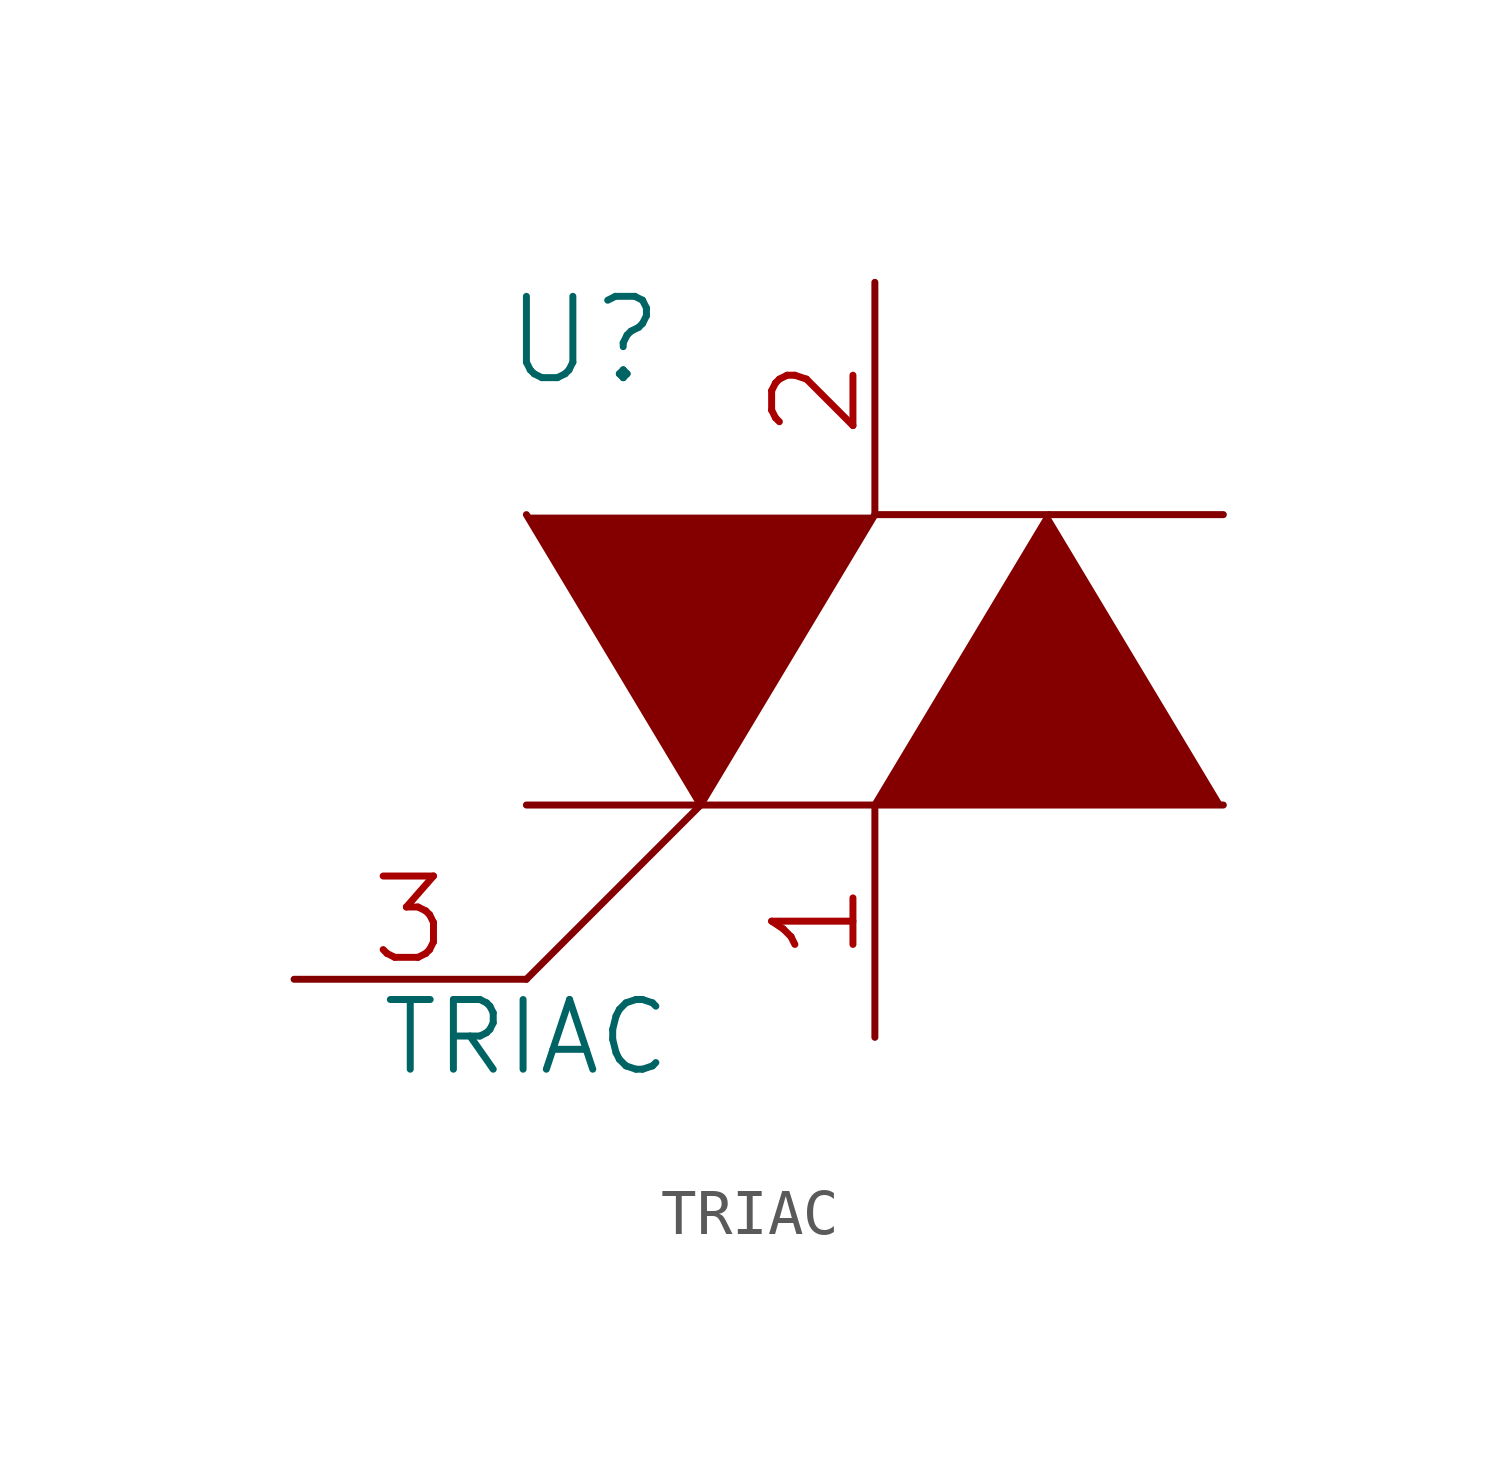
<source format=kicad_sym>
(kicad_symbol_lib
  (version 20220914)
  (generator kicad_symbol_editor)
  (symbol "TRIAC"
    (pin_names
      (offset 0.254))
    (property "Reference" "U"
      (at -6.35 8.89 0)
      (effects (font (size 1.778 1.778))))
    (property "Value" "TRIAC"
      (at -7.62 -6.35 0)
      (effects (font (size 1.524 1.524))))
    (symbol "TRIAC_0_1"
      (polyline (pts (xy -7.62 -1.27) (xy 0 -1.27)) (stroke (width 0) (type solid)) (fill (type none)))
      (polyline (pts (xy -3.81 -1.27) (xy -7.62 -5.08)) (stroke (width 0) (type solid)) (fill (type none)))
      (polyline (pts (xy 0 5.08) (xy 7.62 5.08)) (stroke (width 0) (type solid)) (fill (type none)))
      (polyline (pts (xy -7.62 5.08) (xy -3.81 -1.27) (xy 0 5.08)) (stroke (width 0) (type solid)) (fill (type outline)))
      (polyline (pts (xy 3.81 5.08) (xy 0 -1.27) (xy 7.62 -1.27)) (stroke (width 0) (type solid)) (fill (type outline))))
    (symbol "TRIAC_1_1"
      (pin passive line (at 0 -6.35 90) (length 5.08) (name "~" (effects (font (size 1.778 1.778)))) (number "1" (effects (font (size 1.778 1.778)))))
      (pin passive line (at 0 10.16 270) (length 5.08) (name "~" (effects (font (size 1.778 1.778)))) (number "2" (effects (font (size 1.778 1.778)))))
      (pin input line (at -12.7 -5.08 0) (length 5.08) (name "~" (effects (font (size 1.778 1.778)))) (number "3" (effects (font (size 1.778 1.778))))))))
</source>
